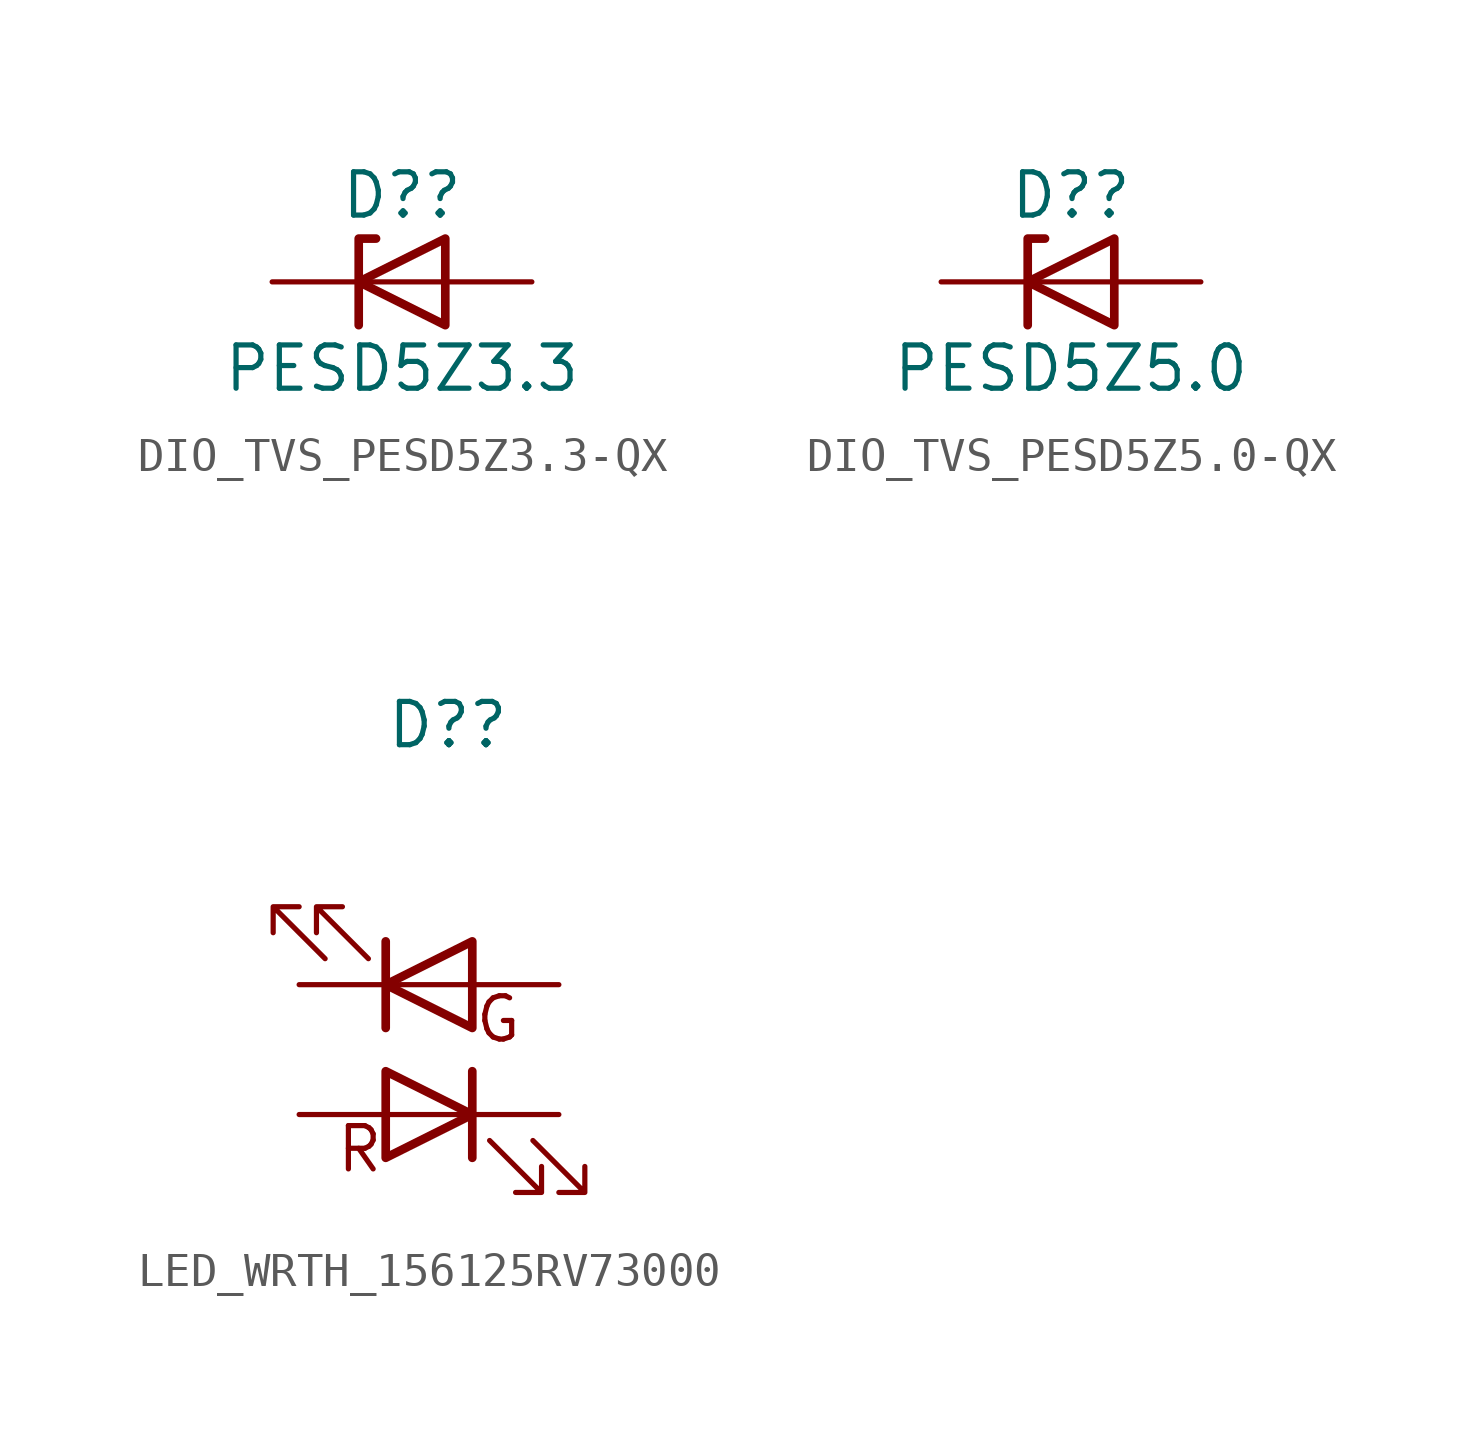
<source format=kicad_sym>
(kicad_symbol_lib
  (version 20231120)
  (generator "kicad_symbol_editor")
  (generator_version "8.0")
  (symbol "DIO_TVS_PESD5Z3.3-QX"
    (pin_numbers hide)
    (pin_names hide)
    (property "Reference" "D?"
      (at 0 2.54 0)
      (effects (font (size 1.27 1.27))))
    (property "Value" "PESD5Z3.3"
      (at 0 -2.54 0)
      (effects (font (size 1.27 1.27))))
    (symbol "DIO_TVS_PESD5Z3.3-QX_0_1"
      (polyline (pts (xy 1.27 0) (xy -1.27 0)) (stroke (width 0) (type default)) (fill (type none)))
      (polyline (pts (xy -1.27 -1.27) (xy -1.27 1.27) (xy -0.762 1.27)) (stroke (width 0.254) (type default)) (fill (type none)))
      (polyline (pts (xy 1.27 -1.27) (xy 1.27 1.27) (xy -1.27 0) (xy 1.27 -1.27)) (stroke (width 0.254) (type default)) (fill (type none))))
    (symbol "DIO_TVS_PESD5Z3.3-QX_1_1"
      (pin passive line (at -3.81 0 0) (length 2.54) (name "K" (effects (font (size 1.27 1.27)))) (number "1" (effects (font (size 1.27 1.27)))))
      (pin passive line (at 3.81 0 180) (length 2.54) (name "A" (effects (font (size 1.27 1.27)))) (number "2" (effects (font (size 1.27 1.27)))))))
  (symbol "DIO_TVS_PESD5Z5.0-QX"
    (pin_numbers hide)
    (pin_names hide)
    (property "Reference" "D?"
      (at 0 2.54 0)
      (effects (font (size 1.27 1.27))))
    (property "Value" "PESD5Z5.0"
      (at 0 -2.54 0)
      (effects (font (size 1.27 1.27))))
    (symbol "DIO_TVS_PESD5Z5.0-QX_0_1"
      (polyline (pts (xy 1.27 0) (xy -1.27 0)) (stroke (width 0) (type default)) (fill (type none)))
      (polyline (pts (xy -1.27 -1.27) (xy -1.27 1.27) (xy -0.762 1.27)) (stroke (width 0.254) (type default)) (fill (type none)))
      (polyline (pts (xy 1.27 -1.27) (xy 1.27 1.27) (xy -1.27 0) (xy 1.27 -1.27)) (stroke (width 0.254) (type default)) (fill (type none))))
    (symbol "DIO_TVS_PESD5Z5.0-QX_1_1"
      (pin passive line (at -3.81 0 0) (length 2.54) (name "K" (effects (font (size 1.27 1.27)))) (number "1" (effects (font (size 1.27 1.27)))))
      (pin passive line (at 3.81 0 180) (length 2.54) (name "A" (effects (font (size 1.27 1.27)))) (number "2" (effects (font (size 1.27 1.27)))))))
  (symbol "LED_WRTH_156125RV73000"
    (pin_numbers hide)
    (pin_names
      (offset 1.016) hide)
    (property "Reference" "D?"
      (at -1.27 7.62 0)
      (effects (font (size 1.27 1.27)) (justify left)))
    (symbol "LED_WRTH_156125RV73000_0_1"
      (polyline (pts (xy -1.27 0) (xy 1.27 0)) (stroke (width 0) (type default)) (fill (type none)))
      (polyline (pts (xy -1.27 1.27) (xy -1.27 -1.27)) (stroke (width 0.254) (type default)) (fill (type none)))
      (polyline (pts (xy 1.27 -5.08) (xy 1.27 -2.54)) (stroke (width 0.254) (type default)) (fill (type none)))
      (polyline (pts (xy 1.27 -3.81) (xy -1.27 -3.81)) (stroke (width 0) (type default)) (fill (type none)))
      (polyline (pts (xy -1.27 -5.08) (xy -1.27 -2.54) (xy 1.27 -3.81) (xy -1.27 -5.08)) (stroke (width 0.254) (type default)) (fill (type none)))
      (polyline (pts (xy 1.27 1.27) (xy 1.27 -1.27) (xy -1.27 0) (xy 1.27 1.27)) (stroke (width 0.254) (type default)) (fill (type none)))
      (polyline (pts (xy -3.048 0.762) (xy -4.572 2.286) (xy -3.81 2.286) (xy -4.572 2.286) (xy -4.572 1.524)) (stroke (width 0) (type default)) (fill (type none)))
      (polyline (pts (xy -1.778 0.762) (xy -3.302 2.286) (xy -2.54 2.286) (xy -3.302 2.286) (xy -3.302 1.524)) (stroke (width 0) (type default)) (fill (type none)))
      (polyline (pts (xy 1.778 -4.572) (xy 3.302 -6.096) (xy 2.54 -6.096) (xy 3.302 -6.096) (xy 3.302 -5.334)) (stroke (width 0) (type default)) (fill (type none)))
      (polyline (pts (xy 3.048 -4.572) (xy 4.572 -6.096) (xy 3.81 -6.096) (xy 4.572 -6.096) (xy 4.572 -5.334)) (stroke (width 0) (type default)) (fill (type none))))
    (symbol "LED_WRTH_156125RV73000_1_1"
      (text "G" (at 2.032 -1.016 0) (effects (font (size 1.27 1.27))))
      (text "R" (at -2.032 -4.826 0) (effects (font (size 1.27 1.27))))
      (pin passive line (at -3.81 0 0) (length 2.54) (name "K" (effects (font (size 1.27 1.27)))) (number "1" (effects (font (size 1.27 1.27)))))
      (pin passive line (at 3.81 -3.81 180) (length 2.54) (name "K" (effects (font (size 1.27 1.27)))) (number "2" (effects (font (size 1.27 1.27)))))
      (pin passive line (at -3.81 -3.81 0) (length 2.54) (name "A" (effects (font (size 1.27 1.27)))) (number "3" (effects (font (size 1.27 1.27)))))
      (pin passive line (at 3.81 0 180) (length 2.54) (name "A" (effects (font (size 1.27 1.27)))) (number "4" (effects (font (size 1.27 1.27))))))))
</source>
